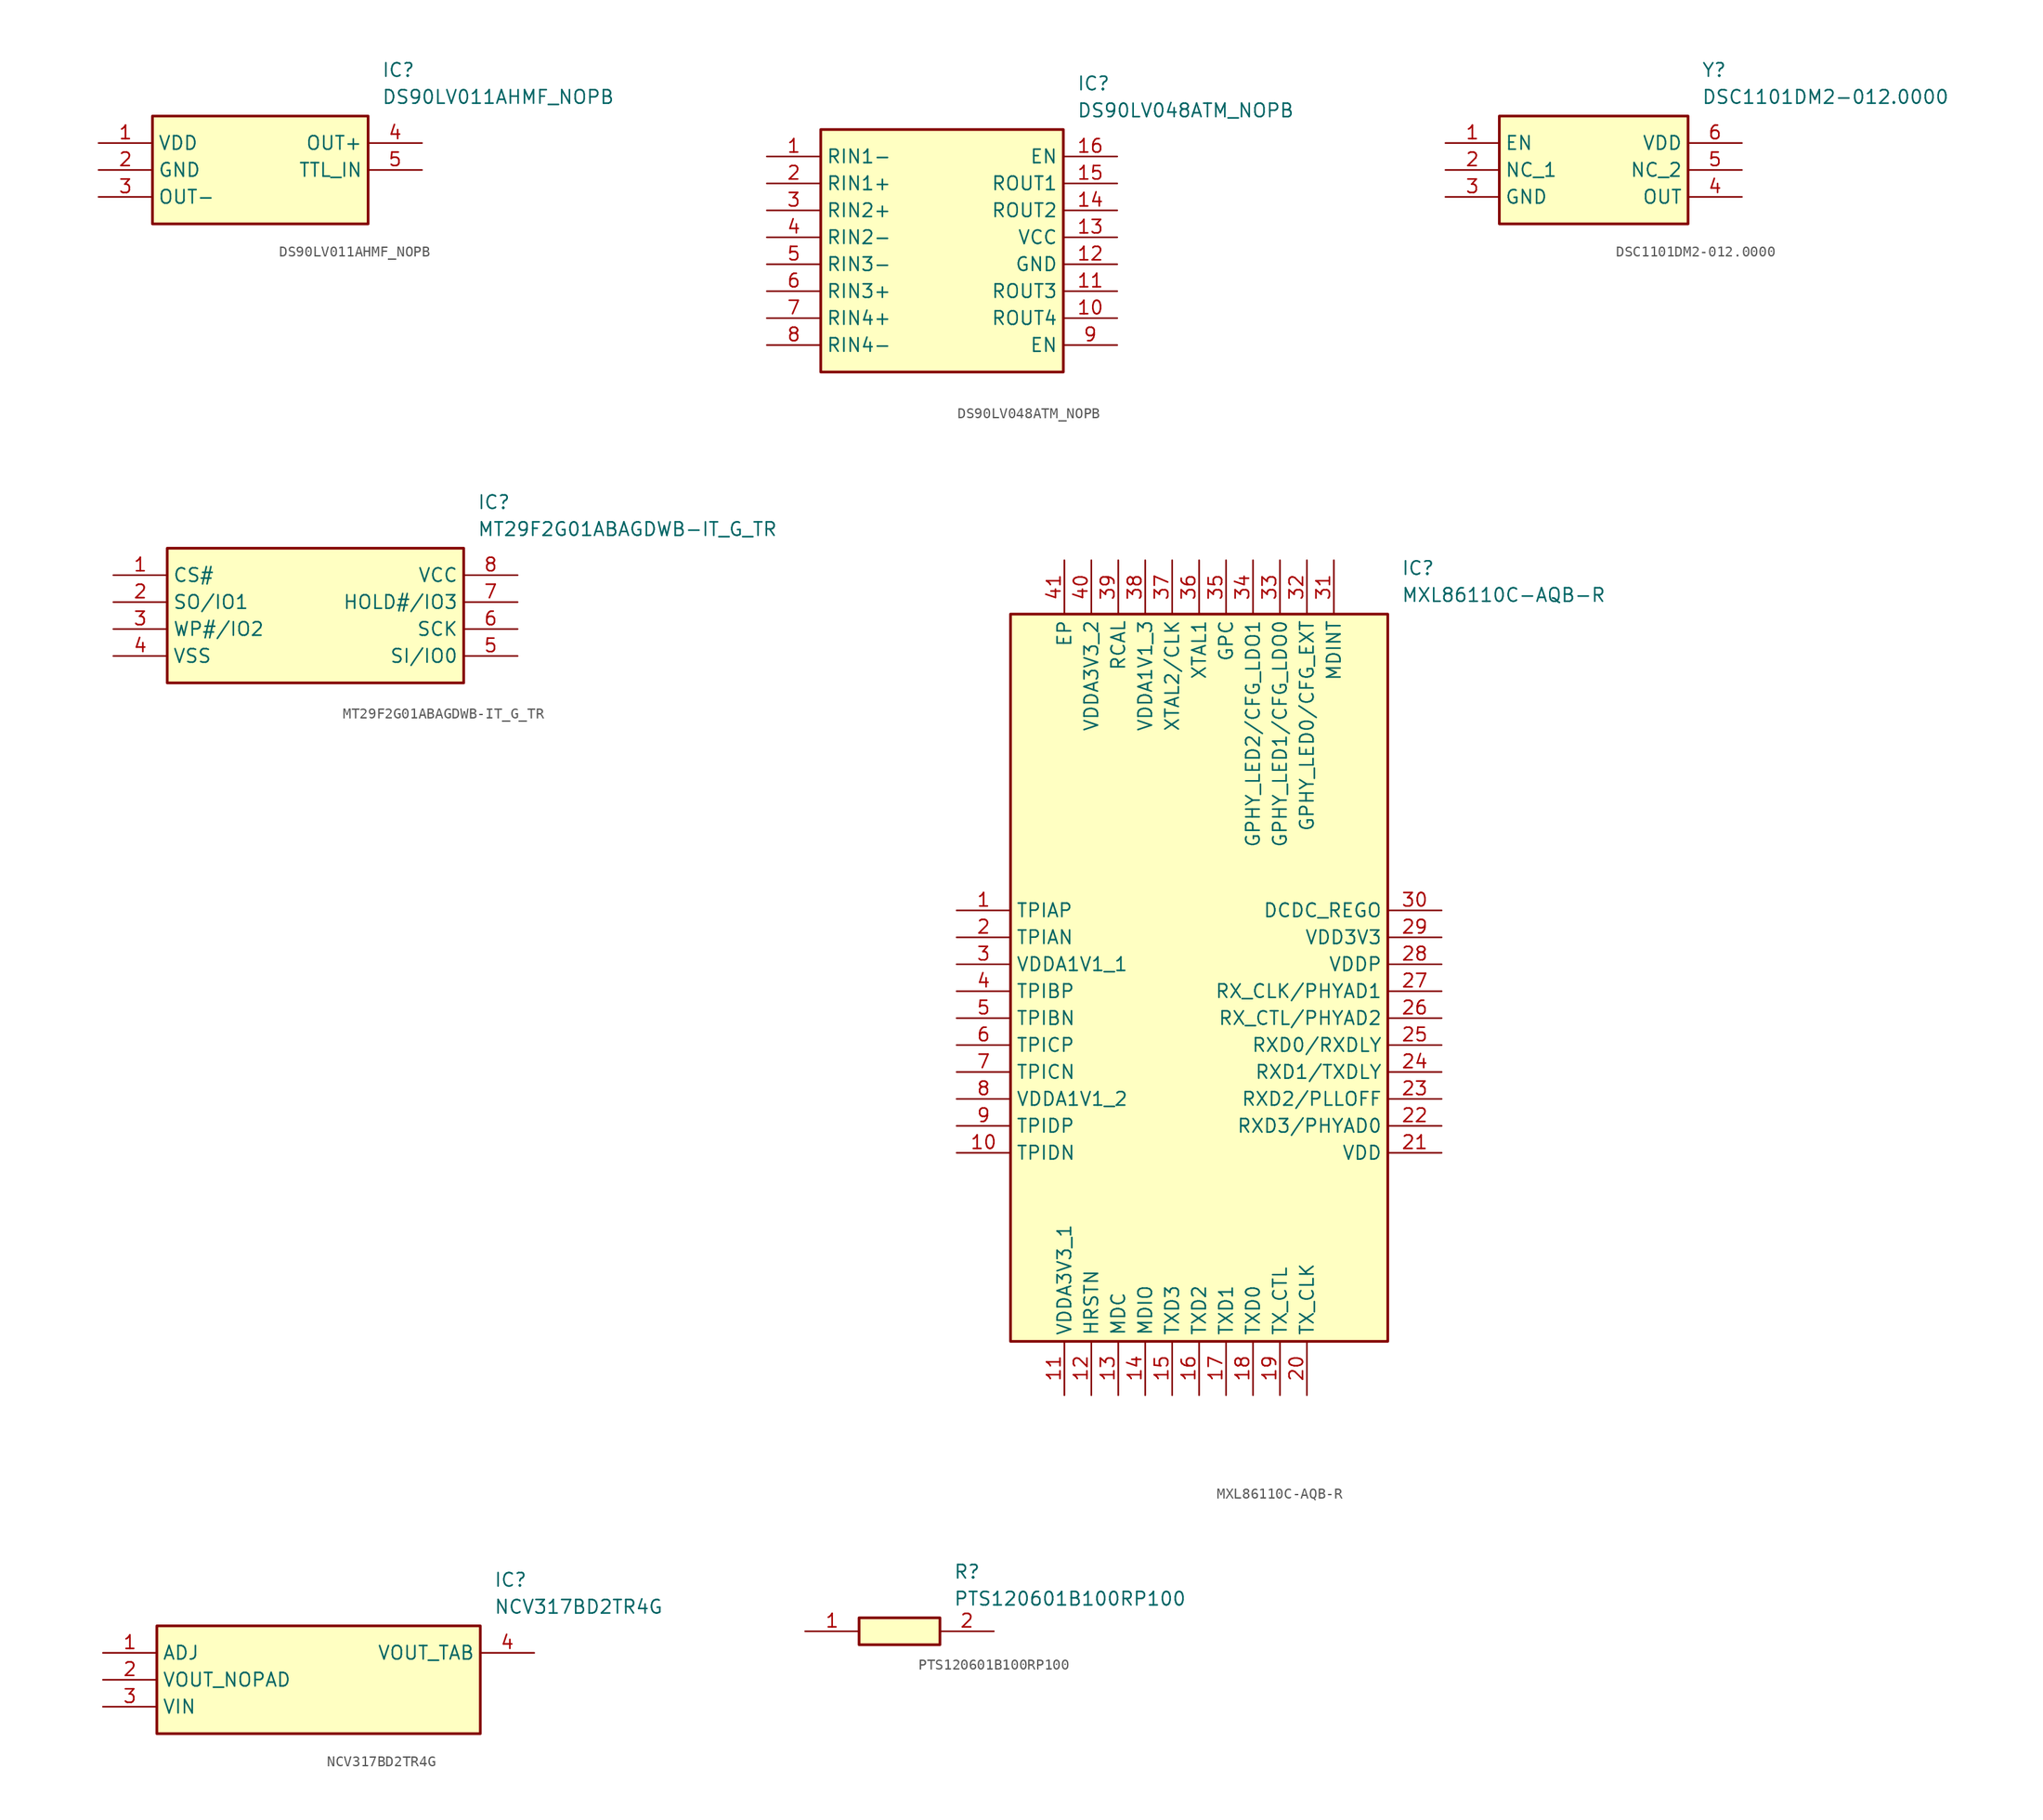
<source format=kicad_sym>
(kicad_symbol_lib
  (version 20231120)
  (generator "kicad_symbol_editor")
  (generator_version "8.0")
  (symbol "DS90LV011AHMF_NOPB"
    (property "Reference" "IC"
      (at 26.67 7.62 0)
      (effects (font (size 1.27 1.27)) (justify left top)))
    (property "Value" "DS90LV011AHMF_NOPB"
      (at 26.67 5.08 0)
      (effects (font (size 1.27 1.27)) (justify left top)))
    (symbol "DS90LV011AHMF_NOPB_1_1"
      (rectangle (start 5.08 2.54) (end 25.4 -7.62) (stroke (width 0.254) (type default)) (fill (type background)))
      (pin passive line (at 0 0 0) (length 5.08) (name "VDD" (effects (font (size 1.27 1.27)))) (number "1" (effects (font (size 1.27 1.27)))))
      (pin passive line (at 0 -2.54 0) (length 5.08) (name "GND" (effects (font (size 1.27 1.27)))) (number "2" (effects (font (size 1.27 1.27)))))
      (pin passive line (at 0 -5.08 0) (length 5.08) (name "OUT-" (effects (font (size 1.27 1.27)))) (number "3" (effects (font (size 1.27 1.27)))))
      (pin passive line (at 30.48 0 180) (length 5.08) (name "OUT+" (effects (font (size 1.27 1.27)))) (number "4" (effects (font (size 1.27 1.27)))))
      (pin passive line (at 30.48 -2.54 180) (length 5.08) (name "TTL_IN" (effects (font (size 1.27 1.27)))) (number "5" (effects (font (size 1.27 1.27)))))))
  (symbol "DS90LV048ATM_NOPB"
    (property "Reference" "IC"
      (at 29.21 7.62 0)
      (effects (font (size 1.27 1.27)) (justify left top)))
    (property "Value" "DS90LV048ATM_NOPB"
      (at 29.21 5.08 0)
      (effects (font (size 1.27 1.27)) (justify left top)))
    (symbol "DS90LV048ATM_NOPB_1_1"
      (rectangle (start 5.08 2.54) (end 27.94 -20.32) (stroke (width 0.254) (type default)) (fill (type background)))
      (pin passive line (at 0 0 0) (length 5.08) (name "RIN1-" (effects (font (size 1.27 1.27)))) (number "1" (effects (font (size 1.27 1.27)))))
      (pin passive line (at 33.02 -15.24 180) (length 5.08) (name "ROUT4" (effects (font (size 1.27 1.27)))) (number "10" (effects (font (size 1.27 1.27)))))
      (pin passive line (at 33.02 -12.7 180) (length 5.08) (name "ROUT3" (effects (font (size 1.27 1.27)))) (number "11" (effects (font (size 1.27 1.27)))))
      (pin passive line (at 33.02 -10.16 180) (length 5.08) (name "GND" (effects (font (size 1.27 1.27)))) (number "12" (effects (font (size 1.27 1.27)))))
      (pin passive line (at 33.02 -7.62 180) (length 5.08) (name "VCC" (effects (font (size 1.27 1.27)))) (number "13" (effects (font (size 1.27 1.27)))))
      (pin passive line (at 33.02 -5.08 180) (length 5.08) (name "ROUT2" (effects (font (size 1.27 1.27)))) (number "14" (effects (font (size 1.27 1.27)))))
      (pin passive line (at 33.02 -2.54 180) (length 5.08) (name "ROUT1" (effects (font (size 1.27 1.27)))) (number "15" (effects (font (size 1.27 1.27)))))
      (pin passive line (at 33.02 0 180) (length 5.08) (name "EN" (effects (font (size 1.27 1.27)))) (number "16" (effects (font (size 1.27 1.27)))))
      (pin passive line (at 0 -2.54 0) (length 5.08) (name "RIN1+" (effects (font (size 1.27 1.27)))) (number "2" (effects (font (size 1.27 1.27)))))
      (pin passive line (at 0 -5.08 0) (length 5.08) (name "RIN2+" (effects (font (size 1.27 1.27)))) (number "3" (effects (font (size 1.27 1.27)))))
      (pin passive line (at 0 -7.62 0) (length 5.08) (name "RIN2-" (effects (font (size 1.27 1.27)))) (number "4" (effects (font (size 1.27 1.27)))))
      (pin passive line (at 0 -10.16 0) (length 5.08) (name "RIN3-" (effects (font (size 1.27 1.27)))) (number "5" (effects (font (size 1.27 1.27)))))
      (pin passive line (at 0 -12.7 0) (length 5.08) (name "RIN3+" (effects (font (size 1.27 1.27)))) (number "6" (effects (font (size 1.27 1.27)))))
      (pin passive line (at 0 -15.24 0) (length 5.08) (name "RIN4+" (effects (font (size 1.27 1.27)))) (number "7" (effects (font (size 1.27 1.27)))))
      (pin passive line (at 0 -17.78 0) (length 5.08) (name "RIN4-" (effects (font (size 1.27 1.27)))) (number "8" (effects (font (size 1.27 1.27)))))
      (pin passive line (at 33.02 -17.78 180) (length 5.08) (name "EN~{}" (effects (font (size 1.27 1.27)))) (number "9" (effects (font (size 1.27 1.27)))))))
  (symbol "DSC1101DM2-012.0000"
    (property "Reference" "Y"
      (at 24.13 7.62 0)
      (effects (font (size 1.27 1.27)) (justify left top)))
    (property "Value" "DSC1101DM2-012.0000"
      (at 24.13 5.08 0)
      (effects (font (size 1.27 1.27)) (justify left top)))
    (symbol "DSC1101DM2-012.0000_1_1"
      (rectangle (start 5.08 2.54) (end 22.86 -7.62) (stroke (width 0.254) (type default)) (fill (type background)))
      (pin passive line (at 0 0 0) (length 5.08) (name "EN" (effects (font (size 1.27 1.27)))) (number "1" (effects (font (size 1.27 1.27)))))
      (pin passive line (at 0 -2.54 0) (length 5.08) (name "NC_1" (effects (font (size 1.27 1.27)))) (number "2" (effects (font (size 1.27 1.27)))))
      (pin passive line (at 0 -5.08 0) (length 5.08) (name "GND" (effects (font (size 1.27 1.27)))) (number "3" (effects (font (size 1.27 1.27)))))
      (pin passive line (at 27.94 -5.08 180) (length 5.08) (name "OUT" (effects (font (size 1.27 1.27)))) (number "4" (effects (font (size 1.27 1.27)))))
      (pin passive line (at 27.94 -2.54 180) (length 5.08) (name "NC_2" (effects (font (size 1.27 1.27)))) (number "5" (effects (font (size 1.27 1.27)))))
      (pin passive line (at 27.94 0 180) (length 5.08) (name "VDD" (effects (font (size 1.27 1.27)))) (number "6" (effects (font (size 1.27 1.27)))))))
  (symbol "MT29F2G01ABAGDWB-IT_G_TR"
    (property "Reference" "IC"
      (at 34.29 7.62 0)
      (effects (font (size 1.27 1.27)) (justify left top)))
    (property "Value" "MT29F2G01ABAGDWB-IT_G_TR"
      (at 34.29 5.08 0)
      (effects (font (size 1.27 1.27)) (justify left top)))
    (symbol "MT29F2G01ABAGDWB-IT_G_TR_1_1"
      (rectangle (start 5.08 2.54) (end 33.02 -10.16) (stroke (width 0.254) (type default)) (fill (type background)))
      (pin passive line (at 0 0 0) (length 5.08) (name "CS#" (effects (font (size 1.27 1.27)))) (number "1" (effects (font (size 1.27 1.27)))))
      (pin passive line (at 0 -2.54 0) (length 5.08) (name "SO/IO1" (effects (font (size 1.27 1.27)))) (number "2" (effects (font (size 1.27 1.27)))))
      (pin passive line (at 0 -5.08 0) (length 5.08) (name "WP#/IO2" (effects (font (size 1.27 1.27)))) (number "3" (effects (font (size 1.27 1.27)))))
      (pin passive line (at 0 -7.62 0) (length 5.08) (name "VSS" (effects (font (size 1.27 1.27)))) (number "4" (effects (font (size 1.27 1.27)))))
      (pin passive line (at 38.1 -7.62 180) (length 5.08) (name "SI/IO0" (effects (font (size 1.27 1.27)))) (number "5" (effects (font (size 1.27 1.27)))))
      (pin passive line (at 38.1 -5.08 180) (length 5.08) (name "SCK" (effects (font (size 1.27 1.27)))) (number "6" (effects (font (size 1.27 1.27)))))
      (pin passive line (at 38.1 -2.54 180) (length 5.08) (name "HOLD#/IO3" (effects (font (size 1.27 1.27)))) (number "7" (effects (font (size 1.27 1.27)))))
      (pin passive line (at 38.1 0 180) (length 5.08) (name "VCC" (effects (font (size 1.27 1.27)))) (number "8" (effects (font (size 1.27 1.27)))))))
  (symbol "MXL86110C-AQB-R"
    (property "Reference" "IC"
      (at 41.91 33.02 0)
      (effects (font (size 1.27 1.27)) (justify left top)))
    (property "Value" "MXL86110C-AQB-R"
      (at 41.91 30.48 0)
      (effects (font (size 1.27 1.27)) (justify left top)))
    (symbol "MXL86110C-AQB-R_1_1"
      (rectangle (start 5.08 27.94) (end 40.64 -40.64) (stroke (width 0.254) (type default)) (fill (type background)))
      (pin passive line (at 0 0 0) (length 5.08) (name "TPIAP" (effects (font (size 1.27 1.27)))) (number "1" (effects (font (size 1.27 1.27)))))
      (pin passive line (at 0 -22.86 0) (length 5.08) (name "TPIDN" (effects (font (size 1.27 1.27)))) (number "10" (effects (font (size 1.27 1.27)))))
      (pin passive line (at 10.16 -45.72 90) (length 5.08) (name "VDDA3V3_1" (effects (font (size 1.27 1.27)))) (number "11" (effects (font (size 1.27 1.27)))))
      (pin passive line (at 12.7 -45.72 90) (length 5.08) (name "HRSTN" (effects (font (size 1.27 1.27)))) (number "12" (effects (font (size 1.27 1.27)))))
      (pin passive line (at 15.24 -45.72 90) (length 5.08) (name "MDC" (effects (font (size 1.27 1.27)))) (number "13" (effects (font (size 1.27 1.27)))))
      (pin passive line (at 17.78 -45.72 90) (length 5.08) (name "MDIO" (effects (font (size 1.27 1.27)))) (number "14" (effects (font (size 1.27 1.27)))))
      (pin passive line (at 20.32 -45.72 90) (length 5.08) (name "TXD3" (effects (font (size 1.27 1.27)))) (number "15" (effects (font (size 1.27 1.27)))))
      (pin passive line (at 22.86 -45.72 90) (length 5.08) (name "TXD2" (effects (font (size 1.27 1.27)))) (number "16" (effects (font (size 1.27 1.27)))))
      (pin passive line (at 25.4 -45.72 90) (length 5.08) (name "TXD1" (effects (font (size 1.27 1.27)))) (number "17" (effects (font (size 1.27 1.27)))))
      (pin passive line (at 27.94 -45.72 90) (length 5.08) (name "TXD0" (effects (font (size 1.27 1.27)))) (number "18" (effects (font (size 1.27 1.27)))))
      (pin passive line (at 30.48 -45.72 90) (length 5.08) (name "TX_CTL" (effects (font (size 1.27 1.27)))) (number "19" (effects (font (size 1.27 1.27)))))
      (pin passive line (at 0 -2.54 0) (length 5.08) (name "TPIAN" (effects (font (size 1.27 1.27)))) (number "2" (effects (font (size 1.27 1.27)))))
      (pin passive line (at 33.02 -45.72 90) (length 5.08) (name "TX_CLK" (effects (font (size 1.27 1.27)))) (number "20" (effects (font (size 1.27 1.27)))))
      (pin passive line (at 45.72 -22.86 180) (length 5.08) (name "VDD" (effects (font (size 1.27 1.27)))) (number "21" (effects (font (size 1.27 1.27)))))
      (pin passive line (at 45.72 -20.32 180) (length 5.08) (name "RXD3/PHYAD0" (effects (font (size 1.27 1.27)))) (number "22" (effects (font (size 1.27 1.27)))))
      (pin passive line (at 45.72 -17.78 180) (length 5.08) (name "RXD2/PLLOFF" (effects (font (size 1.27 1.27)))) (number "23" (effects (font (size 1.27 1.27)))))
      (pin passive line (at 45.72 -15.24 180) (length 5.08) (name "RXD1/TXDLY" (effects (font (size 1.27 1.27)))) (number "24" (effects (font (size 1.27 1.27)))))
      (pin passive line (at 45.72 -12.7 180) (length 5.08) (name "RXD0/RXDLY" (effects (font (size 1.27 1.27)))) (number "25" (effects (font (size 1.27 1.27)))))
      (pin passive line (at 45.72 -10.16 180) (length 5.08) (name "RX_CTL/PHYAD2" (effects (font (size 1.27 1.27)))) (number "26" (effects (font (size 1.27 1.27)))))
      (pin passive line (at 45.72 -7.62 180) (length 5.08) (name "RX_CLK/PHYAD1" (effects (font (size 1.27 1.27)))) (number "27" (effects (font (size 1.27 1.27)))))
      (pin passive line (at 45.72 -5.08 180) (length 5.08) (name "VDDP" (effects (font (size 1.27 1.27)))) (number "28" (effects (font (size 1.27 1.27)))))
      (pin passive line (at 45.72 -2.54 180) (length 5.08) (name "VDD3V3" (effects (font (size 1.27 1.27)))) (number "29" (effects (font (size 1.27 1.27)))))
      (pin passive line (at 0 -5.08 0) (length 5.08) (name "VDDA1V1_1" (effects (font (size 1.27 1.27)))) (number "3" (effects (font (size 1.27 1.27)))))
      (pin passive line (at 45.72 0 180) (length 5.08) (name "DCDC_REGO" (effects (font (size 1.27 1.27)))) (number "30" (effects (font (size 1.27 1.27)))))
      (pin passive line (at 35.56 33.02 270) (length 5.08) (name "MDINT" (effects (font (size 1.27 1.27)))) (number "31" (effects (font (size 1.27 1.27)))))
      (pin passive line (at 33.02 33.02 270) (length 5.08) (name "GPHY_LED0/CFG_EXT" (effects (font (size 1.27 1.27)))) (number "32" (effects (font (size 1.27 1.27)))))
      (pin passive line (at 30.48 33.02 270) (length 5.08) (name "GPHY_LED1/CFG_LDO0" (effects (font (size 1.27 1.27)))) (number "33" (effects (font (size 1.27 1.27)))))
      (pin passive line (at 27.94 33.02 270) (length 5.08) (name "GPHY_LED2/CFG_LDO1" (effects (font (size 1.27 1.27)))) (number "34" (effects (font (size 1.27 1.27)))))
      (pin passive line (at 25.4 33.02 270) (length 5.08) (name "GPC" (effects (font (size 1.27 1.27)))) (number "35" (effects (font (size 1.27 1.27)))))
      (pin passive line (at 22.86 33.02 270) (length 5.08) (name "XTAL1" (effects (font (size 1.27 1.27)))) (number "36" (effects (font (size 1.27 1.27)))))
      (pin passive line (at 20.32 33.02 270) (length 5.08) (name "XTAL2/CLK" (effects (font (size 1.27 1.27)))) (number "37" (effects (font (size 1.27 1.27)))))
      (pin passive line (at 17.78 33.02 270) (length 5.08) (name "VDDA1V1_3" (effects (font (size 1.27 1.27)))) (number "38" (effects (font (size 1.27 1.27)))))
      (pin passive line (at 15.24 33.02 270) (length 5.08) (name "RCAL" (effects (font (size 1.27 1.27)))) (number "39" (effects (font (size 1.27 1.27)))))
      (pin passive line (at 0 -7.62 0) (length 5.08) (name "TPIBP" (effects (font (size 1.27 1.27)))) (number "4" (effects (font (size 1.27 1.27)))))
      (pin passive line (at 12.7 33.02 270) (length 5.08) (name "VDDA3V3_2" (effects (font (size 1.27 1.27)))) (number "40" (effects (font (size 1.27 1.27)))))
      (pin passive line (at 10.16 33.02 270) (length 5.08) (name "EP" (effects (font (size 1.27 1.27)))) (number "41" (effects (font (size 1.27 1.27)))))
      (pin passive line (at 0 -10.16 0) (length 5.08) (name "TPIBN" (effects (font (size 1.27 1.27)))) (number "5" (effects (font (size 1.27 1.27)))))
      (pin passive line (at 0 -12.7 0) (length 5.08) (name "TPICP" (effects (font (size 1.27 1.27)))) (number "6" (effects (font (size 1.27 1.27)))))
      (pin passive line (at 0 -15.24 0) (length 5.08) (name "TPICN" (effects (font (size 1.27 1.27)))) (number "7" (effects (font (size 1.27 1.27)))))
      (pin passive line (at 0 -17.78 0) (length 5.08) (name "VDDA1V1_2" (effects (font (size 1.27 1.27)))) (number "8" (effects (font (size 1.27 1.27)))))
      (pin passive line (at 0 -20.32 0) (length 5.08) (name "TPIDP" (effects (font (size 1.27 1.27)))) (number "9" (effects (font (size 1.27 1.27)))))))
  (symbol "NCV317BD2TR4G"
    (property "Reference" "IC"
      (at 36.83 7.62 0)
      (effects (font (size 1.27 1.27)) (justify left top)))
    (property "Value" "NCV317BD2TR4G"
      (at 36.83 5.08 0)
      (effects (font (size 1.27 1.27)) (justify left top)))
    (symbol "NCV317BD2TR4G_1_1"
      (rectangle (start 5.08 2.54) (end 35.56 -7.62) (stroke (width 0.254) (type default)) (fill (type background)))
      (pin passive line (at 0 0 0) (length 5.08) (name "ADJ" (effects (font (size 1.27 1.27)))) (number "1" (effects (font (size 1.27 1.27)))))
      (pin output line (at 0 -2.54 0) (length 5.08) (name "VOUT_NOPAD" (effects (font (size 1.27 1.27)))) (number "2" (effects (font (size 1.27 1.27)))))
      (pin input line (at 0 -5.08 0) (length 5.08) (name "VIN" (effects (font (size 1.27 1.27)))) (number "3" (effects (font (size 1.27 1.27)))))
      (pin output line (at 40.64 0 180) (length 5.08) (name "VOUT_TAB" (effects (font (size 1.27 1.27)))) (number "4" (effects (font (size 1.27 1.27)))))))
  (symbol "PTS120601B100RP100"
    (pin_names hide)
    (property "Reference" "R"
      (at 13.97 6.35 0)
      (effects (font (size 1.27 1.27)) (justify left top)))
    (property "Value" "PTS120601B100RP100"
      (at 13.97 3.81 0)
      (effects (font (size 1.27 1.27)) (justify left top)))
    (symbol "PTS120601B100RP100_1_1"
      (rectangle (start 5.08 1.27) (end 12.7 -1.27) (stroke (width 0.254) (type default)) (fill (type background)))
      (pin passive line (at 0 0 0) (length 5.08) (name "1" (effects (font (size 1.27 1.27)))) (number "1" (effects (font (size 1.27 1.27)))))
      (pin passive line (at 17.78 0 180) (length 5.08) (name "2" (effects (font (size 1.27 1.27)))) (number "2" (effects (font (size 1.27 1.27))))))))
</source>
